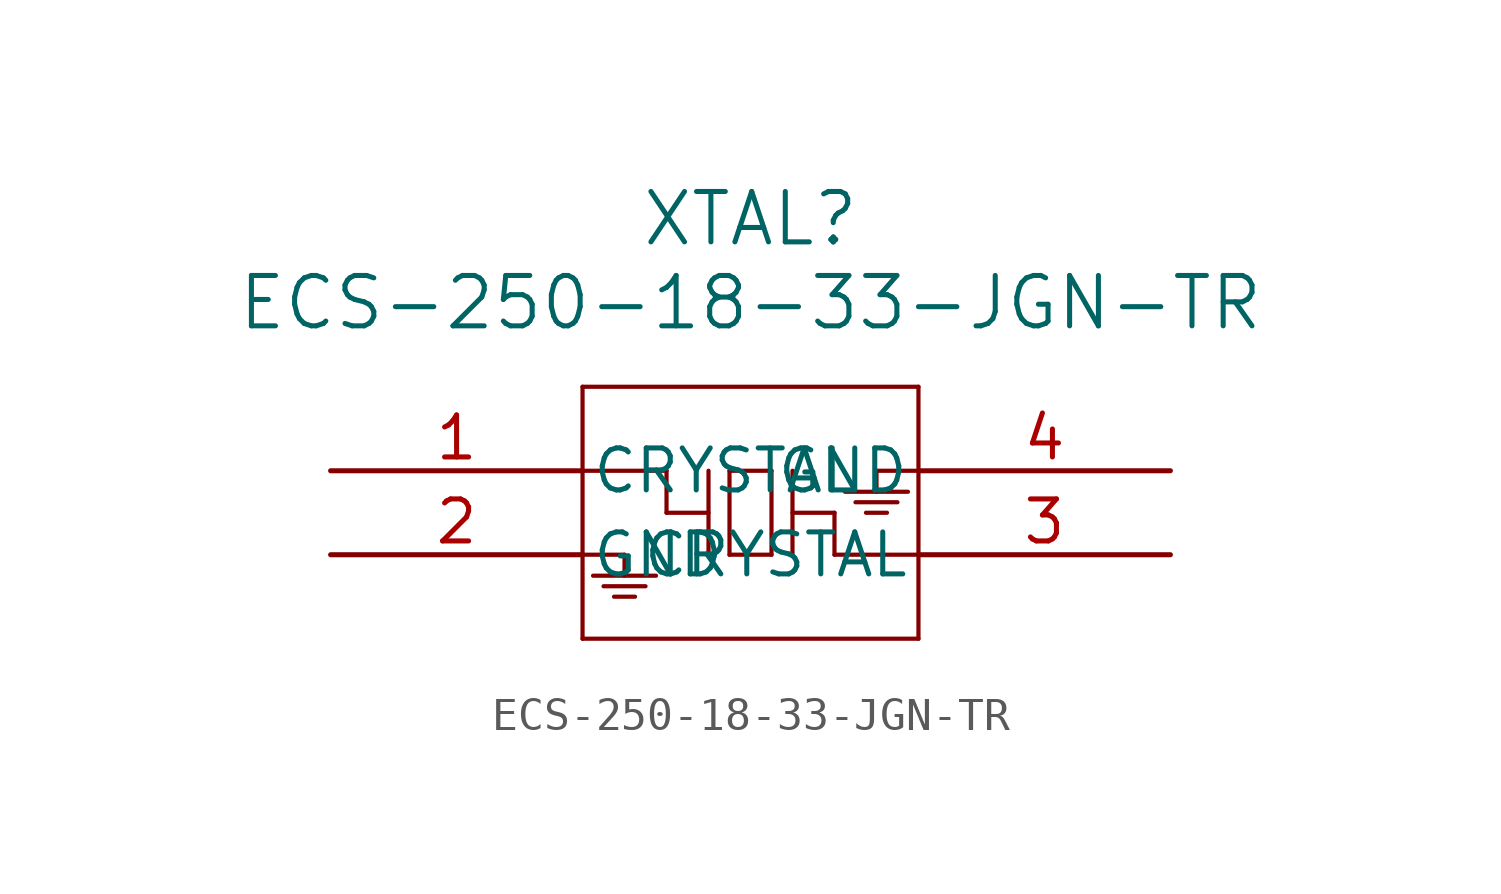
<source format=kicad_sym>
(kicad_symbol_lib
  (version 20211014)
  (generator kicad_symbol_editor)
  (symbol "ECS-250-18-33-JGN-TR"
    (pin_names
      (offset 0.254))
    (property "Reference" "XTAL"
      (at 12.7 7.62 0)
      (effects (font (size 1.524 1.524))))
    (property "Value" "ECS-250-18-33-JGN-TR"
      (at 12.7 5.08 0)
      (effects (font (size 1.524 1.524))))
    (symbol "ECS-250-18-33-JGN-TR_0_1"
      (polyline (pts (xy 7.62 2.54) (xy 7.62 -5.08)) (stroke (width 0.127) (type default) (color 0 0 0 0)) (fill (type none)))
      (polyline (pts (xy 7.62 -5.08) (xy 17.78 -5.08)) (stroke (width 0.127) (type default) (color 0 0 0 0)) (fill (type none)))
      (polyline (pts (xy 17.78 -5.08) (xy 17.78 2.54)) (stroke (width 0.127) (type default) (color 0 0 0 0)) (fill (type none)))
      (polyline (pts (xy 17.78 2.54) (xy 7.62 2.54)) (stroke (width 0.127) (type default) (color 0 0 0 0)) (fill (type none)))
      (polyline (pts (xy 7.62 -2.54) (xy 8.89 -2.54)) (stroke (width 0.127) (type default) (color 0 0 0 0)) (fill (type none)))
      (polyline (pts (xy 8.89 -2.54) (xy 8.89 -3.175)) (stroke (width 0.127) (type default) (color 0 0 0 0)) (fill (type none)))
      (polyline (pts (xy 8.572 -3.81) (xy 9.207 -3.81)) (stroke (width 0.127) (type default) (color 0 0 0 0)) (fill (type none)))
      (polyline (pts (xy 9.525 -3.493) (xy 8.255 -3.493)) (stroke (width 0.127) (type default) (color 0 0 0 0)) (fill (type none)))
      (polyline (pts (xy 7.938 -3.175) (xy 9.842 -3.175)) (stroke (width 0.127) (type default) (color 0 0 0 0)) (fill (type none)))
      (polyline (pts (xy 15.24 -1.27) (xy 13.97 -1.27)) (stroke (width 0.127) (type default) (color 0 0 0 0)) (fill (type none)))
      (polyline (pts (xy 16.51 0) (xy 16.51 -0.635)) (stroke (width 0.127) (type default) (color 0 0 0 0)) (fill (type none)))
      (polyline (pts (xy 16.828 -1.27) (xy 16.192 -1.27)) (stroke (width 0.127) (type default) (color 0 0 0 0)) (fill (type none)))
      (polyline (pts (xy 15.875 -0.953) (xy 17.145 -0.953)) (stroke (width 0.127) (type default) (color 0 0 0 0)) (fill (type none)))
      (polyline (pts (xy 17.462 -0.635) (xy 15.557 -0.635)) (stroke (width 0.127) (type default) (color 0 0 0 0)) (fill (type none)))
      (polyline (pts (xy 7.62 0) (xy 10.16 0)) (stroke (width 0.127) (type default) (color 0 0 0 0)) (fill (type none)))
      (polyline (pts (xy 10.16 0) (xy 10.16 -1.27)) (stroke (width 0.127) (type default) (color 0 0 0 0)) (fill (type none)))
      (polyline (pts (xy 10.16 -1.27) (xy 11.43 -1.27)) (stroke (width 0.127) (type default) (color 0 0 0 0)) (fill (type none)))
      (polyline (pts (xy 11.43 0) (xy 11.43 -2.54)) (stroke (width 0.127) (type default) (color 0 0 0 0)) (fill (type none)))
      (polyline (pts (xy 13.335 0) (xy 12.065 0)) (stroke (width 0.127) (type default) (color 0 0 0 0)) (fill (type none)))
      (polyline (pts (xy 17.78 0) (xy 16.51 0)) (stroke (width 0.127) (type default) (color 0 0 0 0)) (fill (type none)))
      (polyline (pts (xy 17.78 -2.54) (xy 15.24 -2.54)) (stroke (width 0.127) (type default) (color 0 0 0 0)) (fill (type none)))
      (polyline (pts (xy 15.24 -2.54) (xy 15.24 -1.27)) (stroke (width 0.127) (type default) (color 0 0 0 0)) (fill (type none)))
      (polyline (pts (xy 13.97 -2.54) (xy 13.97 0)) (stroke (width 0.127) (type default) (color 0 0 0 0)) (fill (type none)))
      (polyline (pts (xy 13.335 -2.54) (xy 13.335 0)) (stroke (width 0.127) (type default) (color 0 0 0 0)) (fill (type none)))
      (polyline (pts (xy 12.065 0) (xy 12.065 -2.54)) (stroke (width 0.127) (type default) (color 0 0 0 0)) (fill (type none)))
      (polyline (pts (xy 12.065 -2.54) (xy 13.335 -2.54)) (stroke (width 0.127) (type default) (color 0 0 0 0)) (fill (type none)))
      (pin unspecified line (at 0 0 0) (length 7.62) (name "CRYSTAL" (effects (font (size 1.27 1.27)))) (number "1" (effects (font (size 1.27 1.27)))))
      (pin unspecified line (at 0 -2.54 0) (length 7.62) (name "GND" (effects (font (size 1.27 1.27)))) (number "2" (effects (font (size 1.27 1.27)))))
      (pin unspecified line (at 25.4 -2.54 180) (length 7.62) (name "CRYSTAL" (effects (font (size 1.27 1.27)))) (number "3" (effects (font (size 1.27 1.27)))))
      (pin unspecified line (at 25.4 0 180) (length 7.62) (name "GND" (effects (font (size 1.27 1.27)))) (number "4" (effects (font (size 1.27 1.27))))))))
</source>
